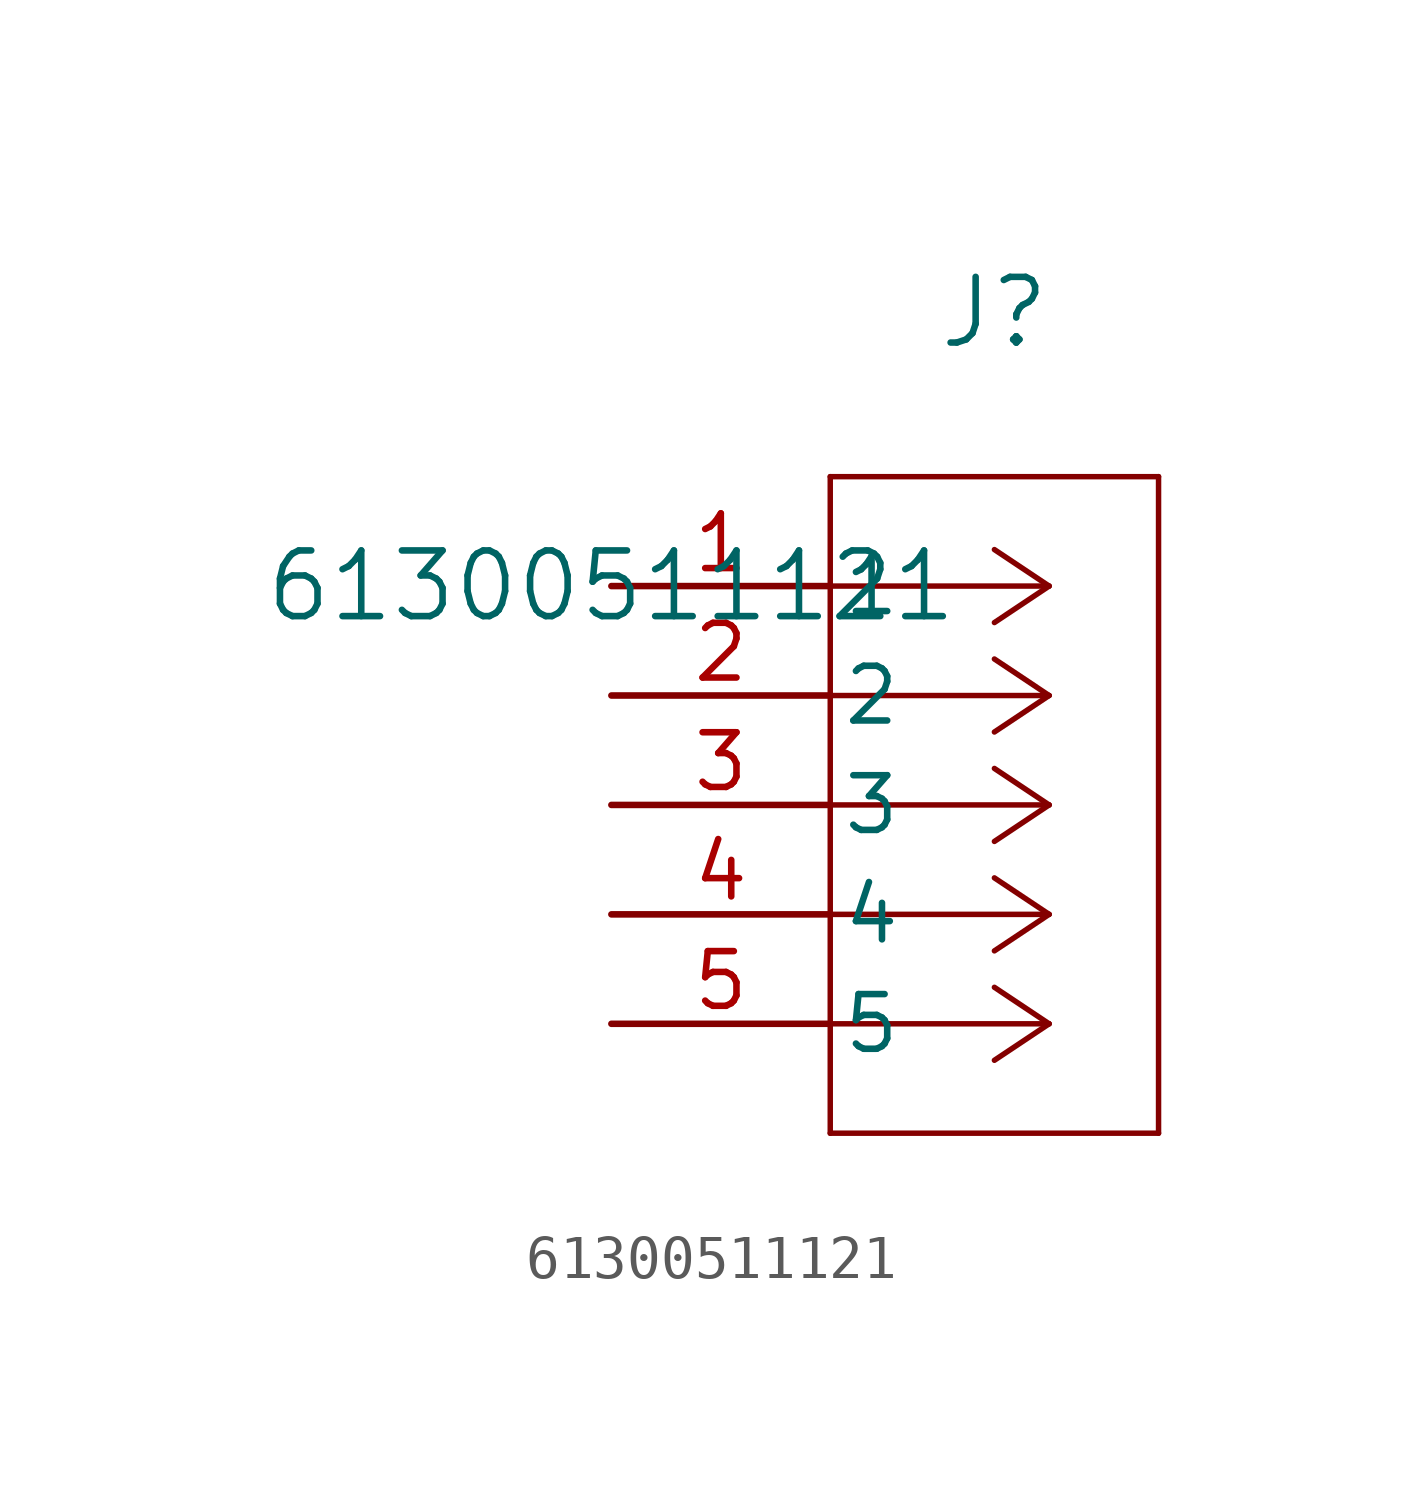
<source format=kicad_sym>
(kicad_symbol_lib
  (version 20211014)
  (generator kicad_symbol_editor)
  (symbol "61300511121"
    (pin_names
      (offset 0.254))
    (property "Reference" "J"
      (at 8.89 6.35 0)
      (effects (font (size 1.524 1.524))))
    (property "Value" "61300511121"
      (at 0 0 0)
      (effects (font (size 1.524 1.524))))
    (symbol "61300511121_0_1"
      (polyline (pts (xy 10.16 0) (xy 5.08 0)) (stroke (width 0.127) (type default) (color 0 0 0 0)) (fill (type none)))
      (polyline (pts (xy 10.16 -2.54) (xy 5.08 -2.54)) (stroke (width 0.127) (type default) (color 0 0 0 0)) (fill (type none)))
      (polyline (pts (xy 10.16 -5.08) (xy 5.08 -5.08)) (stroke (width 0.127) (type default) (color 0 0 0 0)) (fill (type none)))
      (polyline (pts (xy 10.16 -7.62) (xy 5.08 -7.62)) (stroke (width 0.127) (type default) (color 0 0 0 0)) (fill (type none)))
      (polyline (pts (xy 10.16 -10.16) (xy 5.08 -10.16)) (stroke (width 0.127) (type default) (color 0 0 0 0)) (fill (type none)))
      (polyline (pts (xy 10.16 0) (xy 8.89 0.847)) (stroke (width 0.127) (type default) (color 0 0 0 0)) (fill (type none)))
      (polyline (pts (xy 10.16 -2.54) (xy 8.89 -1.693)) (stroke (width 0.127) (type default) (color 0 0 0 0)) (fill (type none)))
      (polyline (pts (xy 10.16 -5.08) (xy 8.89 -4.233)) (stroke (width 0.127) (type default) (color 0 0 0 0)) (fill (type none)))
      (polyline (pts (xy 10.16 -7.62) (xy 8.89 -6.773)) (stroke (width 0.127) (type default) (color 0 0 0 0)) (fill (type none)))
      (polyline (pts (xy 10.16 -10.16) (xy 8.89 -9.313)) (stroke (width 0.127) (type default) (color 0 0 0 0)) (fill (type none)))
      (polyline (pts (xy 10.16 0) (xy 8.89 -0.847)) (stroke (width 0.127) (type default) (color 0 0 0 0)) (fill (type none)))
      (polyline (pts (xy 10.16 -2.54) (xy 8.89 -3.387)) (stroke (width 0.127) (type default) (color 0 0 0 0)) (fill (type none)))
      (polyline (pts (xy 10.16 -5.08) (xy 8.89 -5.927)) (stroke (width 0.127) (type default) (color 0 0 0 0)) (fill (type none)))
      (polyline (pts (xy 10.16 -7.62) (xy 8.89 -8.467)) (stroke (width 0.127) (type default) (color 0 0 0 0)) (fill (type none)))
      (polyline (pts (xy 10.16 -10.16) (xy 8.89 -11.007)) (stroke (width 0.127) (type default) (color 0 0 0 0)) (fill (type none)))
      (polyline (pts (xy 5.08 2.54) (xy 5.08 -12.7)) (stroke (width 0.127) (type default) (color 0 0 0 0)) (fill (type none)))
      (polyline (pts (xy 5.08 -12.7) (xy 12.7 -12.7)) (stroke (width 0.127) (type default) (color 0 0 0 0)) (fill (type none)))
      (polyline (pts (xy 12.7 -12.7) (xy 12.7 2.54)) (stroke (width 0.127) (type default) (color 0 0 0 0)) (fill (type none)))
      (polyline (pts (xy 12.7 2.54) (xy 5.08 2.54)) (stroke (width 0.127) (type default) (color 0 0 0 0)) (fill (type none)))
      (pin unspecified line (at 0 0 0) (length 5.08) (name "1" (effects (font (size 1.27 1.27)))) (number "1" (effects (font (size 1.27 1.27)))))
      (pin unspecified line (at 0 -2.54 0) (length 5.08) (name "2" (effects (font (size 1.27 1.27)))) (number "2" (effects (font (size 1.27 1.27)))))
      (pin unspecified line (at 0 -5.08 0) (length 5.08) (name "3" (effects (font (size 1.27 1.27)))) (number "3" (effects (font (size 1.27 1.27)))))
      (pin unspecified line (at 0 -7.62 0) (length 5.08) (name "4" (effects (font (size 1.27 1.27)))) (number "4" (effects (font (size 1.27 1.27)))))
      (pin unspecified line (at 0 -10.16 0) (length 5.08) (name "5" (effects (font (size 1.27 1.27)))) (number "5" (effects (font (size 1.27 1.27))))))))
</source>
